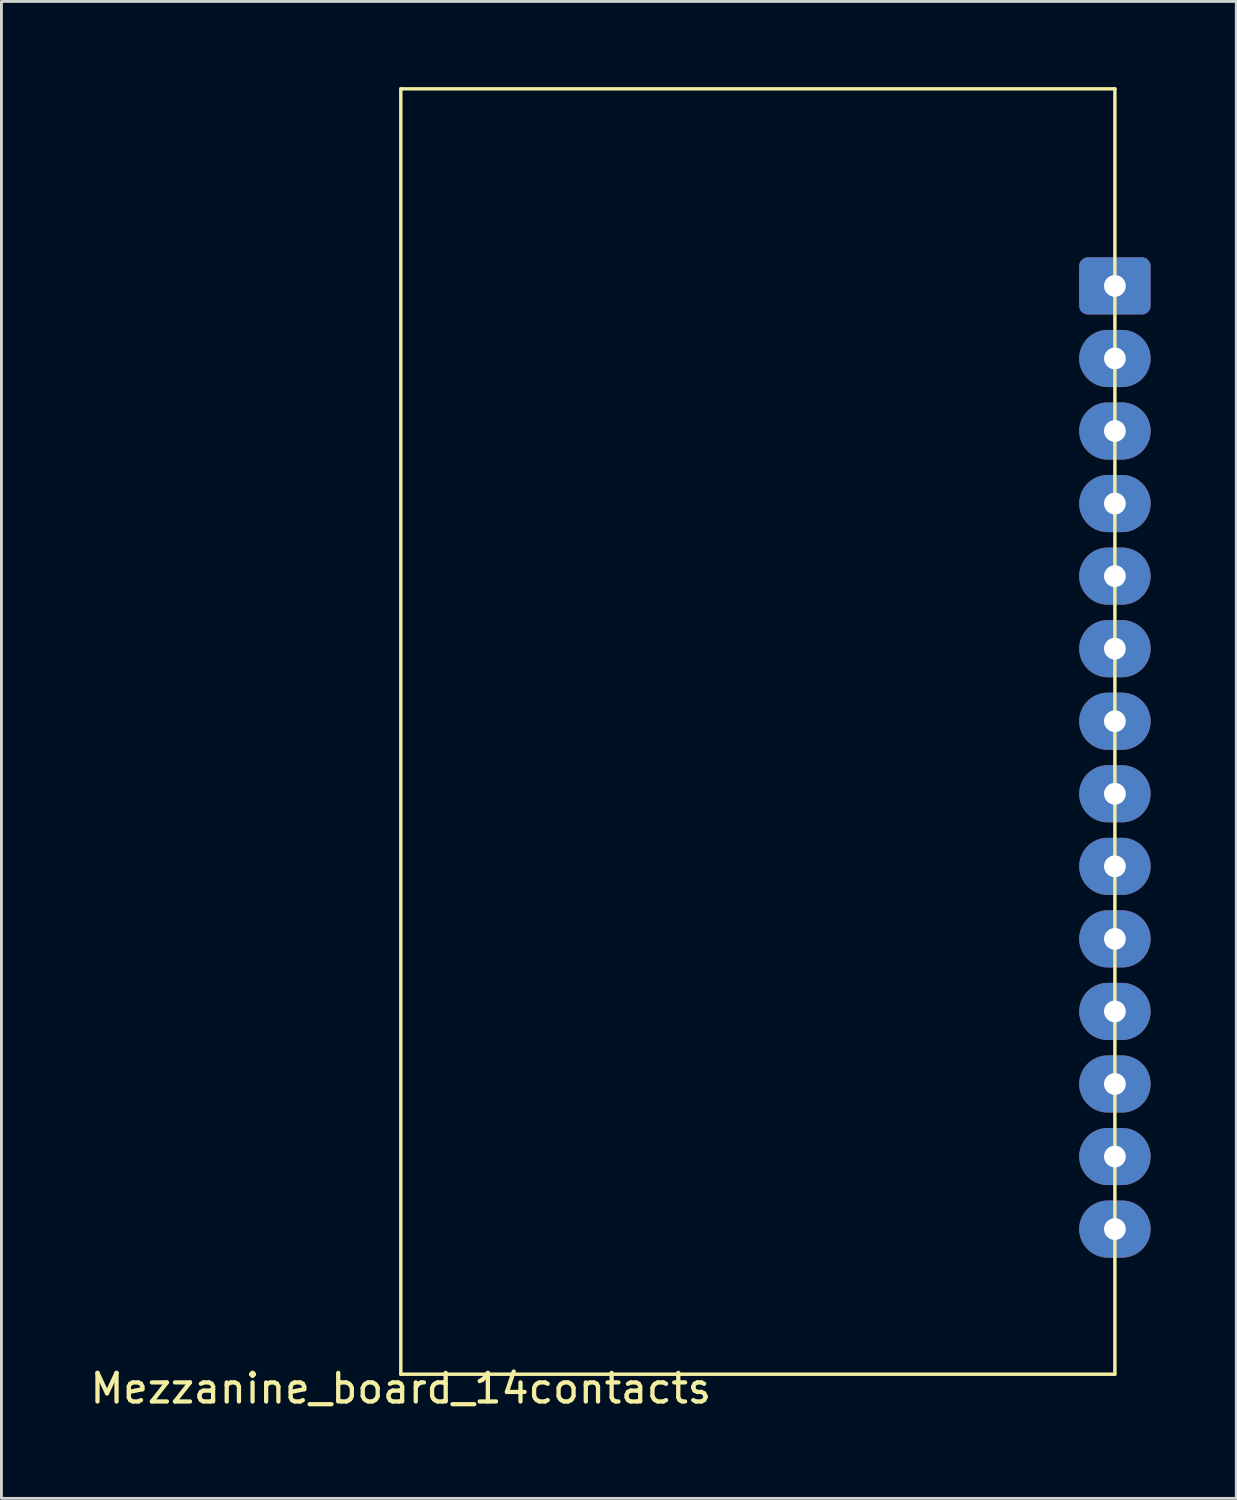
<source format=kicad_pcb>
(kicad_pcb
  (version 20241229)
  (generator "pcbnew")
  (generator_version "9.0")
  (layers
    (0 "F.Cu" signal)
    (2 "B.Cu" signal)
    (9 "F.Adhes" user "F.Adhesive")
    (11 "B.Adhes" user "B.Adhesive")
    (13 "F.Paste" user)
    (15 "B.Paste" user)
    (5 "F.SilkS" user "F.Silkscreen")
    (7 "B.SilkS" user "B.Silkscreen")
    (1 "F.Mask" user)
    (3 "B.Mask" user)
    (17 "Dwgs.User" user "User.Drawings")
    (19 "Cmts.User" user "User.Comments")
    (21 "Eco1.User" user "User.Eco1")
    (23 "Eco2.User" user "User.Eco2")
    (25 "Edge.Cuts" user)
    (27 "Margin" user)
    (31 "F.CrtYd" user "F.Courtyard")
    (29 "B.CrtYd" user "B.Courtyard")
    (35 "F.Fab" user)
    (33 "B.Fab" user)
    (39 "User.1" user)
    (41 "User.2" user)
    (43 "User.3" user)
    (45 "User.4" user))
  (footprint "Mezzanine_board_14contacts"
    (layer "F.Cu")
    (at 10.982 45.06)
    (property "Reference" "Mezzanine_board_14contacts" (at 0 0.5 0) (layer "F.SilkS") (effects (font (size 1 1) (thickness 0.15))))
    (attr through_hole)
    (fp_line (start 0 -45) (end 25 -45) (stroke (width 0.12) (type solid)) (layer "F.SilkS"))
    (fp_line (start 0 0) (end 0 -45) (stroke (width 0.12) (type solid)) (layer "F.SilkS"))
    (fp_line (start 25 -45) (end 25 0) (stroke (width 0.12) (type solid)) (layer "F.SilkS"))
    (fp_line (start 25 0) (end 0 0) (stroke (width 0.12) (type solid)) (layer "F.SilkS"))
    (pad "1" thru_hole roundrect (at 25 -38.1) (size 2.5 2) (drill 0.762) (layers "*.Cu" "*.Mask") (roundrect_rratio 0.15))
    (pad "2" thru_hole oval (at 25 -35.56) (size 2.5 2) (drill 0.762) (layers "*.Cu" "*.Mask"))
    (pad "3" thru_hole oval (at 25 -33.02) (size 2.5 2) (drill 0.762) (layers "*.Cu" "*.Mask"))
    (pad "4" thru_hole oval (at 25 -30.48) (size 2.5 2) (drill 0.762) (layers "*.Cu" "*.Mask"))
    (pad "5" thru_hole oval (at 25 -27.94) (size 2.5 2) (drill 0.762) (layers "*.Cu" "*.Mask"))
    (pad "6" thru_hole oval (at 25 -25.4) (size 2.5 2) (drill 0.762) (layers "*.Cu" "*.Mask"))
    (pad "7" thru_hole oval (at 25 -22.86) (size 2.5 2) (drill 0.762) (layers "*.Cu" "*.Mask"))
    (pad "8" thru_hole oval (at 25 -20.32) (size 2.5 2) (drill 0.762) (layers "*.Cu" "*.Mask"))
    (pad "9" thru_hole oval (at 25 -17.78) (size 2.5 2) (drill 0.762) (layers "*.Cu" "*.Mask"))
    (pad "10" thru_hole oval (at 25 -15.24) (size 2.5 2) (drill 0.762) (layers "*.Cu" "*.Mask"))
    (pad "11" thru_hole oval (at 25 -12.7) (size 2.5 2) (drill 0.762) (layers "*.Cu" "*.Mask"))
    (pad "12" thru_hole oval (at 25 -10.16) (size 2.5 2) (drill 0.762) (layers "*.Cu" "*.Mask"))
    (pad "13" thru_hole oval (at 25 -7.62) (size 2.5 2) (drill 0.762) (layers "*.Cu" "*.Mask"))
    (pad "14" thru_hole oval (at 25 -5.08) (size 2.5 2) (drill 0.762) (layers "*.Cu" "*.Mask")))
  (gr_rect
    (start -3 -3)
    (end 40.232 49.408)
    (stroke (width 0.1) (type default))
    (fill no)
    (layer "Edge.Cuts")))
</source>
